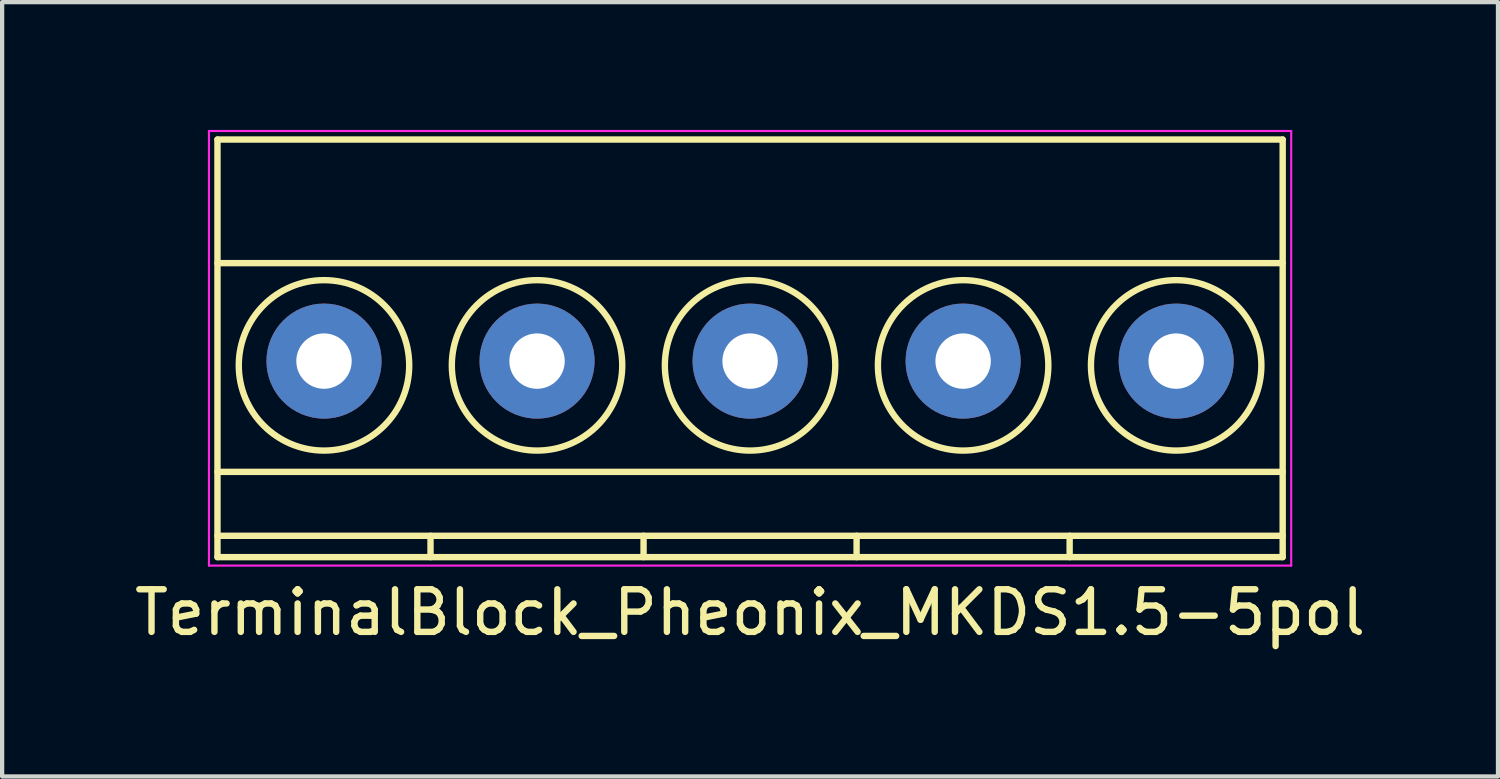
<source format=kicad_pcb>
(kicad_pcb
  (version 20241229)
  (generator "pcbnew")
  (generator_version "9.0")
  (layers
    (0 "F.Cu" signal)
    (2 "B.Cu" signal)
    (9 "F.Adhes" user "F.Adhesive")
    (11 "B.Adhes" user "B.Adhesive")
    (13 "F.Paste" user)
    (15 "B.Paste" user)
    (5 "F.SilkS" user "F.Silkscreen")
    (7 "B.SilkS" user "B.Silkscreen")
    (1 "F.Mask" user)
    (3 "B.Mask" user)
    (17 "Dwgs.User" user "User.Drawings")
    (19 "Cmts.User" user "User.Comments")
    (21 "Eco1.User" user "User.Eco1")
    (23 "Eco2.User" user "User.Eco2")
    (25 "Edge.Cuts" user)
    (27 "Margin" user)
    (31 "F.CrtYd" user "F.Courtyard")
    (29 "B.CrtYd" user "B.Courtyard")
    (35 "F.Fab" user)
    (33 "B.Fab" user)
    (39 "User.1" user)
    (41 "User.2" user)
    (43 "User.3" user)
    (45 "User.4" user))
  (footprint "TerminalBlock_Pheonix_MKDS1.5-5pol"
    (layer "F.Cu")
    (at 4.554 5.425)
    (property "Reference" "TerminalBlock_Pheonix_MKDS1.5-5pol" (at 10 5.9 0) (layer "F.SilkS") (effects (font (size 1 1) (thickness 0.15))))
    (attr through_hole)
    (fp_line (start -2.5 -5.2) (end -2.5 4.6) (stroke (width 0.15) (type solid)) (layer "F.SilkS"))
    (fp_line (start -2.5 -2.3) (end 22.5 -2.3) (stroke (width 0.15) (type solid)) (layer "F.SilkS"))
    (fp_line (start -2.5 2.6) (end 22.5 2.6) (stroke (width 0.15) (type solid)) (layer "F.SilkS"))
    (fp_line (start -2.5 4.1) (end 22.5 4.1) (stroke (width 0.15) (type solid)) (layer "F.SilkS"))
    (fp_line (start -2.5 4.6) (end 22.5 4.6) (stroke (width 0.15) (type solid)) (layer "F.SilkS"))
    (fp_line (start 2.5 4.1) (end 2.5 4.6) (stroke (width 0.15) (type solid)) (layer "F.SilkS"))
    (fp_line (start 7.5 4.1) (end 7.5 4.6) (stroke (width 0.15) (type solid)) (layer "F.SilkS"))
    (fp_line (start 12.5 4.1) (end 12.5 4.6) (stroke (width 0.15) (type solid)) (layer "F.SilkS"))
    (fp_line (start 17.5 4.1) (end 17.5 4.6) (stroke (width 0.15) (type solid)) (layer "F.SilkS"))
    (fp_line (start 22.5 -5.2) (end -2.5 -5.2) (stroke (width 0.15) (type solid)) (layer "F.SilkS"))
    (fp_line (start 22.5 4.6) (end 22.5 -5.2) (stroke (width 0.15) (type solid)) (layer "F.SilkS"))
    (fp_circle (center 0 0.1) (end 2 0.1) (stroke (width 0.15) (type solid)) (fill no) (layer "F.SilkS"))
    (fp_circle (center 5 0.1) (end 3 0.1) (stroke (width 0.15) (type solid)) (fill no) (layer "F.SilkS"))
    (fp_circle (center 10 0.1) (end 8 0.1) (stroke (width 0.15) (type solid)) (fill no) (layer "F.SilkS"))
    (fp_circle (center 15 0.1) (end 13 0.1) (stroke (width 0.15) (type solid)) (fill no) (layer "F.SilkS"))
    (fp_circle (center 20 0.1) (end 18 0.1) (stroke (width 0.15) (type solid)) (fill no) (layer "F.SilkS"))
    (fp_line (start -2.7 -5.4) (end -2.7 4.8) (stroke (width 0.05) (type solid)) (layer "F.CrtYd"))
    (fp_line (start -2.7 4.8) (end 22.7 4.8) (stroke (width 0.05) (type solid)) (layer "F.CrtYd"))
    (fp_line (start 22.7 -5.4) (end -2.7 -5.4) (stroke (width 0.05) (type solid)) (layer "F.CrtYd"))
    (fp_line (start 22.7 4.8) (end 22.7 -5.4) (stroke (width 0.05) (type solid)) (layer "F.CrtYd"))
    (pad "1" thru_hole circle (at 20 0) (size 2.7 2.7) (drill 1.3) (layers "*.Cu" "*.Mask"))
    (pad "2" thru_hole circle (at 15 0) (size 2.7 2.7) (drill 1.3) (layers "*.Cu" "*.Mask"))
    (pad "3" thru_hole circle (at 10 0) (size 2.7 2.7) (drill 1.3) (layers "*.Cu" "*.Mask"))
    (pad "4" thru_hole circle (at 5 0) (size 2.7 2.7) (drill 1.3) (layers "*.Cu" "*.Mask"))
    (pad "5" thru_hole circle (at 0 0) (size 2.7 2.7) (drill 1.3) (layers "*.Cu" "*.Mask")))
  (gr_rect
    (start -3 -3)
    (end 32.107 15.173)
    (stroke (width 0.1) (type default))
    (fill no)
    (layer "Edge.Cuts")))
</source>
